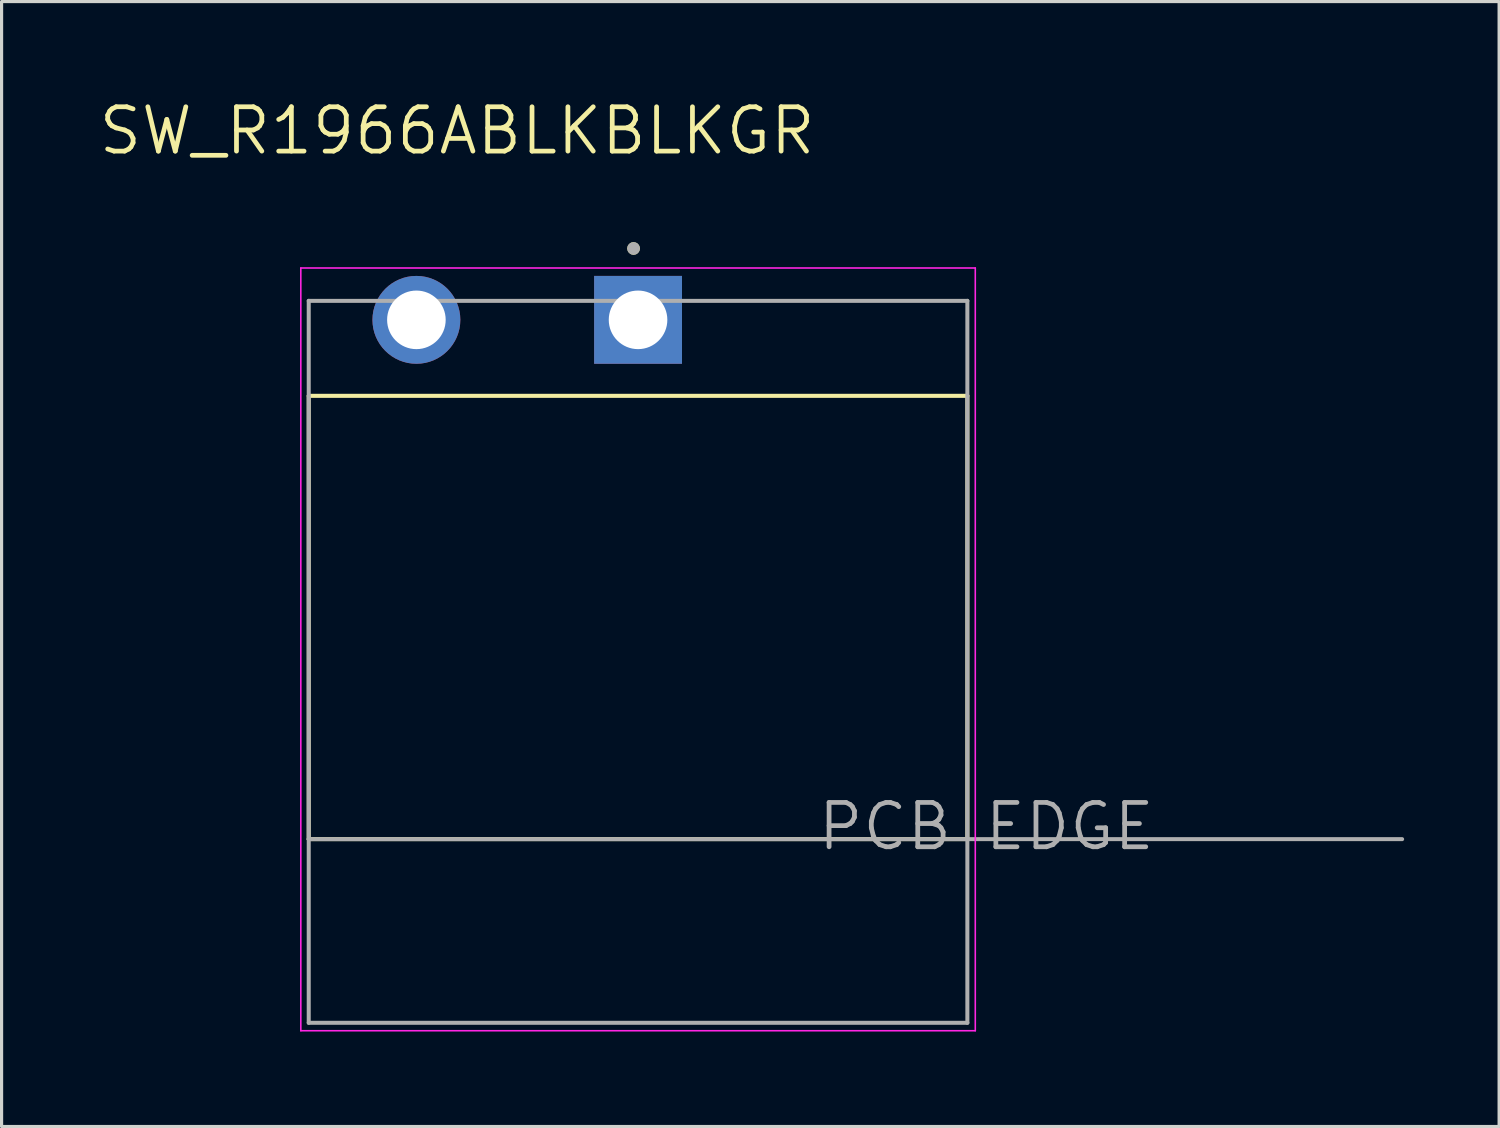
<source format=kicad_pcb>
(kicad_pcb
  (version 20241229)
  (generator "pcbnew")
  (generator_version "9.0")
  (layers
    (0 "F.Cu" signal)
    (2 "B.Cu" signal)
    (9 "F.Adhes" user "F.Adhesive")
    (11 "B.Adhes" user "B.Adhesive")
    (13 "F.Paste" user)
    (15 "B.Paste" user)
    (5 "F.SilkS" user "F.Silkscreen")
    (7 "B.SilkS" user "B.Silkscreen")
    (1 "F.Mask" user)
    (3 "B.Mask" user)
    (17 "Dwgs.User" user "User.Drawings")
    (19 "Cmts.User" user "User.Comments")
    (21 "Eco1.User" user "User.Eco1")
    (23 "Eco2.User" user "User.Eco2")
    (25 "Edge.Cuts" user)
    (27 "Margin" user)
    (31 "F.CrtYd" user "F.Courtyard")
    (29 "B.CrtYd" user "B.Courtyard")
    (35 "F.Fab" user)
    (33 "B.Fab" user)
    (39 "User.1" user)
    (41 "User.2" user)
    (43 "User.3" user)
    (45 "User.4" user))
  (footprint "SW_R1966ABLKBLKGR"
    (layer "F.Cu")
    (at 17.1 7.051)
    (property "Reference" "SW_R1966ABLKBLKGR" (at -5.715 -5.969 0) (layer "F.SilkS") (effects (font (size 1.4 1.4) (thickness 0.15))))
    (attr through_hole)
    (fp_line (start -10.4 2.4) (end -10.4 16.4) (stroke (width 0.127) (type solid)) (layer "F.SilkS"))
    (fp_line (start -10.4 2.4) (end 10.4 2.4) (stroke (width 0.127) (type solid)) (layer "F.SilkS"))
    (fp_line (start -10.4 16.4) (end 10.4 16.4) (stroke (width 0.127) (type solid)) (layer "F.SilkS"))
    (fp_line (start 10.4 16.4) (end 10.4 2.4) (stroke (width 0.127) (type solid)) (layer "F.SilkS"))
    (fp_circle (center -0.142 -2.254) (end -0.042 -2.254) (stroke (width 0.2) (type solid)) (fill no) (layer "F.SilkS"))
    (fp_line (start -10.65 -1.637) (end 10.65 -1.637) (stroke (width 0.05) (type solid)) (layer "F.CrtYd"))
    (fp_line (start -10.65 22.45) (end -10.65 -1.637) (stroke (width 0.05) (type solid)) (layer "F.CrtYd"))
    (fp_line (start 10.65 -1.637) (end 10.65 22.45) (stroke (width 0.05) (type solid)) (layer "F.CrtYd"))
    (fp_line (start 10.65 22.45) (end -10.65 22.45) (stroke (width 0.05) (type solid)) (layer "F.CrtYd"))
    (fp_line (start -10.4 -0.6) (end 10.4 -0.6) (stroke (width 0.127) (type solid)) (layer "F.Fab"))
    (fp_line (start -10.4 16.4) (end -10.4 -0.6) (stroke (width 0.127) (type solid)) (layer "F.Fab"))
    (fp_line (start -10.4 16.4) (end 10.4 16.4) (stroke (width 0.127) (type solid)) (layer "F.Fab"))
    (fp_line (start -10.4 22.2) (end -10.4 16.4) (stroke (width 0.127) (type solid)) (layer "F.Fab"))
    (fp_line (start -10.4 22.2) (end 10.4 22.2) (stroke (width 0.127) (type solid)) (layer "F.Fab"))
    (fp_line (start 10.4 -0.6) (end 10.4 16.4) (stroke (width 0.127) (type solid)) (layer "F.Fab"))
    (fp_line (start 10.4 16.4) (end 10.4 22.2) (stroke (width 0.127) (type solid)) (layer "F.Fab"))
    (fp_line (start 10.4 16.4) (end 24.13 16.4) (stroke (width 0.127) (type solid)) (layer "F.Fab"))
    (fp_circle (center -0.142 -2.254) (end -0.042 -2.254) (stroke (width 0.2) (type solid)) (fill no) (layer "F.Fab"))
    (fp_text user "PCB EDGE" (at 11 16 0) (layer "F.Fab") (effects (font (size 1.4 1.4) (thickness 0.15))))
    (pad "1" thru_hole rect (at 0 0) (size 2.775 2.775) (drill 1.85) (layers "*.Cu" "*.Mask"))
    (pad "1A" thru_hole circle (at -7 0) (size 2.775 2.775) (drill 1.85) (layers "*.Cu" "*.Mask")))
  (gr_rect
    (start -3 -3)
    (end 44.293 32.526)
    (stroke (width 0.1) (type default))
    (fill no)
    (layer "Edge.Cuts")))
</source>
